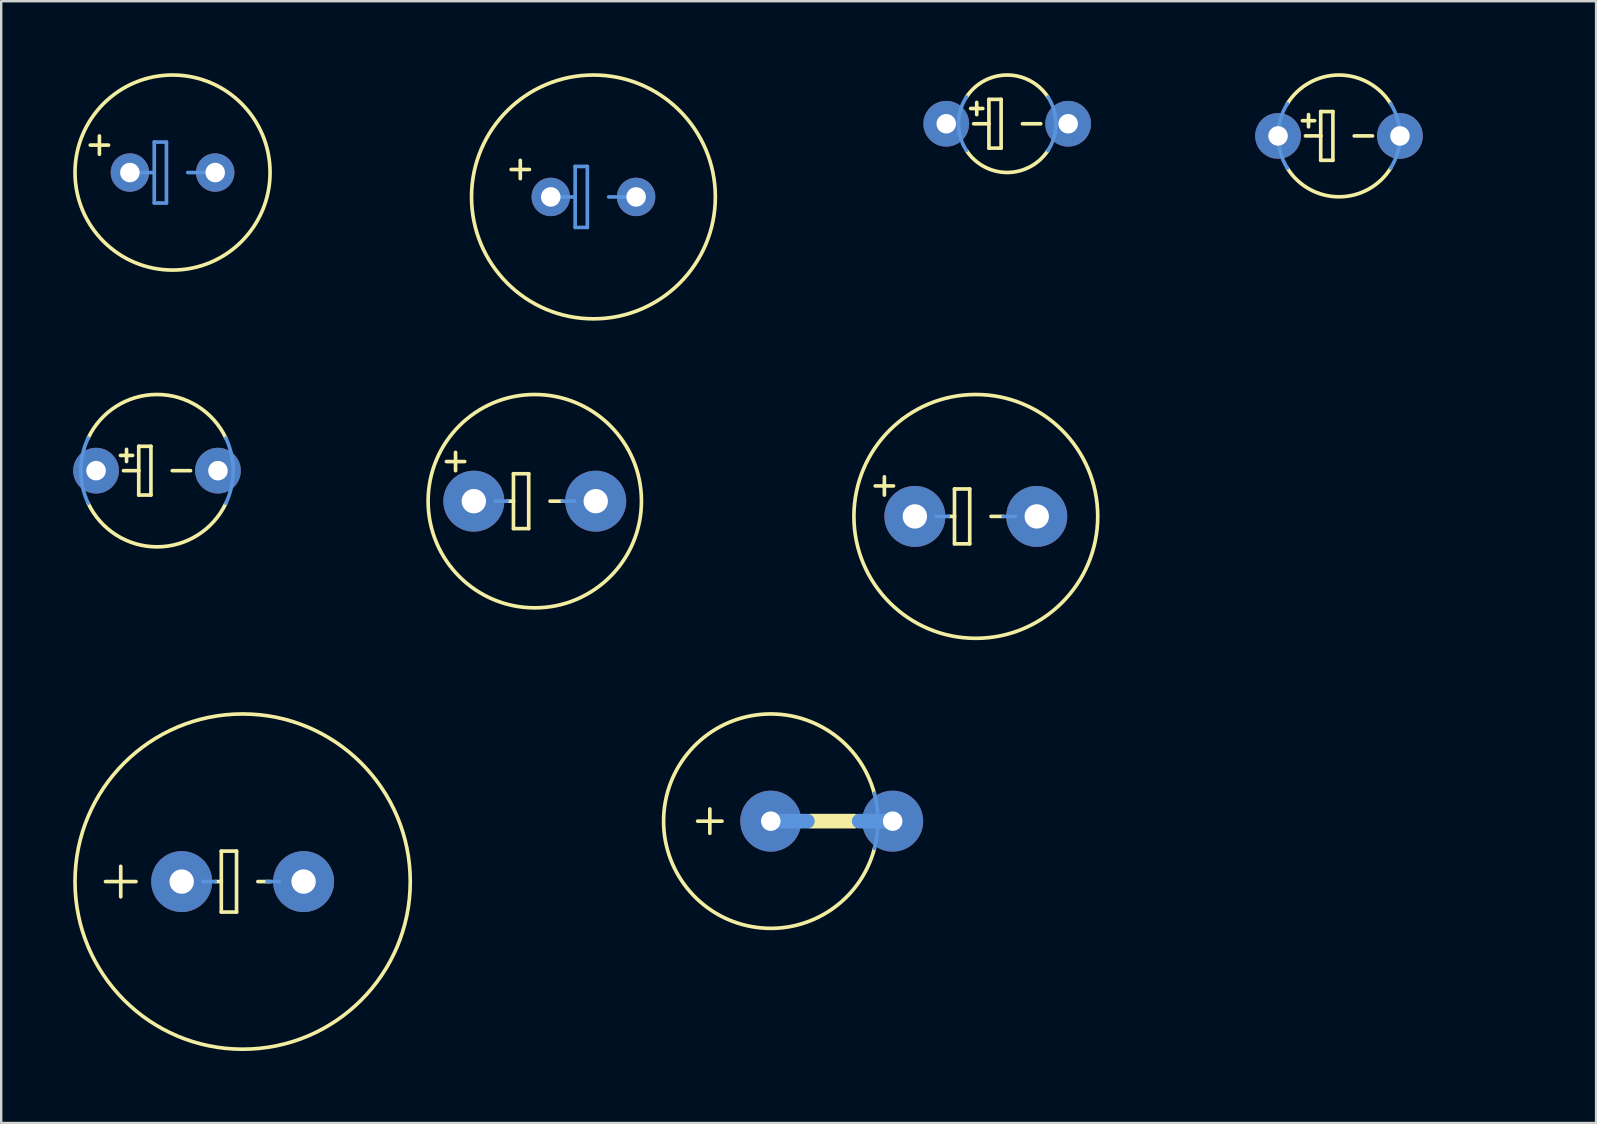
<source format=kicad_pcb>
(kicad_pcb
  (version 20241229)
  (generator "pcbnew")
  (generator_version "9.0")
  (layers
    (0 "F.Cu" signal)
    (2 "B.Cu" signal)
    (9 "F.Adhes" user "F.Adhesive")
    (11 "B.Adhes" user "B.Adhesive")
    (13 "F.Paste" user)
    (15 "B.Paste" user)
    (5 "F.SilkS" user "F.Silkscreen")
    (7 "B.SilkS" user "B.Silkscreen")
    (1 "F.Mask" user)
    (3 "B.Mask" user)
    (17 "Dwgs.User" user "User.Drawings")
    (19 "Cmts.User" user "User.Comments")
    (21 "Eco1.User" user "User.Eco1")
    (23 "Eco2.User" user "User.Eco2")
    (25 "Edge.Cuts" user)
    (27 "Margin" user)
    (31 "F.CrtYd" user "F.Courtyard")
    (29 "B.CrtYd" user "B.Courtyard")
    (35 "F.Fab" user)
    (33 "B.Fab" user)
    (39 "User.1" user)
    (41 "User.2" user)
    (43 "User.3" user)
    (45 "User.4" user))
  (footprint "E5-8,5"
    (layer "F.Cu")
    (at 19.235 17.834)
    (property "Reference" "E5-8,5" (at 6.68 -1.651 0) (layer "Eco1.User") (effects (font (size 1.27 1.27) (thickness 0.127))))
    (attr through_hole)
    (fp_line (start -3.683 -1.651) (end -2.921 -1.651) (stroke (width 0.152) (type solid)) (layer "F.SilkS"))
    (fp_line (start -3.302 -2.032) (end -3.302 -1.27) (stroke (width 0.152) (type solid)) (layer "F.SilkS"))
    (fp_line (start -1.143 0) (end -0.889 0) (stroke (width 0.152) (type solid)) (layer "F.SilkS"))
    (fp_line (start -0.889 -1.143) (end -0.889 0) (stroke (width 0.152) (type solid)) (layer "F.SilkS"))
    (fp_line (start -0.889 0) (end -0.889 1.143) (stroke (width 0.152) (type solid)) (layer "F.SilkS"))
    (fp_line (start -0.889 1.143) (end -0.254 1.143) (stroke (width 0.152) (type solid)) (layer "F.SilkS"))
    (fp_line (start -0.254 -1.143) (end -0.889 -1.143) (stroke (width 0.152) (type solid)) (layer "F.SilkS"))
    (fp_line (start -0.254 1.143) (end -0.254 -1.143) (stroke (width 0.152) (type solid)) (layer "F.SilkS"))
    (fp_line (start 0.635 0) (end 1.143 0) (stroke (width 0.152) (type solid)) (layer "F.SilkS"))
    (fp_circle (center 0 0) (end 4.445 0) (stroke (width 0.152) (type solid)) (fill no) (layer "F.SilkS"))
    (fp_line (start -1.651 0) (end -1.143 0) (stroke (width 0.152) (type solid)) (layer "Cmts.User"))
    (fp_line (start 1.143 0) (end 1.651 0) (stroke (width 0.152) (type solid)) (layer "Cmts.User"))
    (pad "+" thru_hole oval (at -2.54 0) (size 2.54 2.54) (drill 1.016) (layers "*.Cu" "*.Mask"))
    (pad "-" thru_hole oval (at 2.54 0) (size 2.54 2.54) (drill 1.016) (layers "*.Cu" "*.Mask")))
  (footprint "E5R"
    (layer "F.Cu")
    (at 31.609 31.168)
    (property "Reference" "E5R" (at 4.191 -1.829 0) (layer "Eco1.User") (effects (font (size 1.27 1.27) (thickness 0.127))))
    (attr through_hole)
    (fp_line (start -5.588 0) (end -4.572 0) (stroke (width 0.152) (type solid)) (layer "F.SilkS"))
    (fp_line (start -5.08 0.508) (end -5.08 -0.508) (stroke (width 0.152) (type solid)) (layer "F.SilkS"))
    (fp_line (start -0.889 0) (end 0.94 0) (stroke (width 0.61) (type solid)) (layer "F.SilkS"))
    (fp_arc (start 1.778 1.143) (mid -7.006714 -0.005962) (end 1.781036 -1.131468) (stroke (width 0.1524) (type solid)) (layer "F.SilkS"))
    (fp_line (start -2.54 0) (end -1.016 0) (stroke (width 0.61) (type solid)) (layer "Cmts.User"))
    (fp_line (start 2.54 0) (end 1.143 0) (stroke (width 0.61) (type solid)) (layer "Cmts.User"))
    (fp_arc (start 1.77292 -1.16078) (mid 1.926377 -0.012757) (end 1.77948 1.136124) (stroke (width 0.1524) (type solid)) (layer "Cmts.User"))
    (pad "+" thru_hole oval (at -2.54 0) (size 2.54 2.54) (drill 0.813) (layers "*.Cu" "*.Mask"))
    (pad "-" thru_hole oval (at 2.54 0) (size 2.54 2.54) (drill 0.813) (layers "*.Cu" "*.Mask")))
  (footprint "E3,5-8"
    (layer "F.Cu")
    (at 4.14 4.14)
    (property "Reference" "E3,5-8" (at 5.842 -2.159 0) (layer "Eco1.User") (effects (font (size 1.27 1.27) (thickness 0.127))))
    (attr through_hole)
    (fp_line (start -3.429 -1.143) (end -2.667 -1.143) (stroke (width 0.152) (type solid)) (layer "F.SilkS"))
    (fp_line (start -3.048 -0.762) (end -3.048 -1.524) (stroke (width 0.152) (type solid)) (layer "F.SilkS"))
    (fp_circle (center 0 0) (end 4.064 0) (stroke (width 0.152) (type solid)) (fill no) (layer "F.SilkS"))
    (fp_line (start -1.651 0) (end -0.762 0) (stroke (width 0.152) (type solid)) (layer "Cmts.User"))
    (fp_line (start -0.762 -1.27) (end -0.762 0) (stroke (width 0.152) (type solid)) (layer "Cmts.User"))
    (fp_line (start -0.762 0) (end -0.762 1.27) (stroke (width 0.152) (type solid)) (layer "Cmts.User"))
    (fp_line (start -0.762 1.27) (end -0.254 1.27) (stroke (width 0.152) (type solid)) (layer "Cmts.User"))
    (fp_line (start -0.254 -1.27) (end -0.762 -1.27) (stroke (width 0.152) (type solid)) (layer "Cmts.User"))
    (fp_line (start -0.254 1.27) (end -0.254 -1.27) (stroke (width 0.152) (type solid)) (layer "Cmts.User"))
    (fp_line (start 0.635 0) (end 1.651 0) (stroke (width 0.152) (type solid)) (layer "Cmts.User"))
    (pad "+" thru_hole oval (at -1.778 0) (size 1.6 1.6) (drill 0.813) (layers "*.Cu" "*.Mask"))
    (pad "-" thru_hole oval (at 1.778 0) (size 1.6 1.6) (drill 0.813) (layers "*.Cu" "*.Mask")))
  (footprint "E5-4"
    (layer "F.Cu")
    (at 38.921 2.107)
    (property "Reference" "E5-4" (at 4.699 -0.635 0) (layer "Eco1.User") (effects (font (size 1.27 1.27) (thickness 0.127))))
    (attr through_hole)
    (fp_line (start -1.524 -0.635) (end -1.016 -0.635) (stroke (width 0.152) (type solid)) (layer "F.SilkS"))
    (fp_line (start -1.397 0) (end -0.762 0) (stroke (width 0.152) (type solid)) (layer "F.SilkS"))
    (fp_line (start -1.27 -0.381) (end -1.27 -0.889) (stroke (width 0.152) (type solid)) (layer "F.SilkS"))
    (fp_line (start -0.762 -1.016) (end -0.762 0) (stroke (width 0.152) (type solid)) (layer "F.SilkS"))
    (fp_line (start -0.762 0) (end -0.762 1.016) (stroke (width 0.152) (type solid)) (layer "F.SilkS"))
    (fp_line (start -0.762 1.016) (end -0.254 1.016) (stroke (width 0.152) (type solid)) (layer "F.SilkS"))
    (fp_line (start -0.254 -1.016) (end -0.762 -1.016) (stroke (width 0.152) (type solid)) (layer "F.SilkS"))
    (fp_line (start -0.254 1.016) (end -0.254 -1.016) (stroke (width 0.152) (type solid)) (layer "F.SilkS"))
    (fp_line (start 0.635 0) (end 1.397 0) (stroke (width 0.152) (type solid)) (layer "F.SilkS"))
    (fp_arc (start -1.69672 -1.11506) (mid 0.000437 -2.030324) (end 1.6972 -1.114329) (stroke (width 0.1524) (type solid)) (layer "F.SilkS"))
    (fp_arc (start 1.6972 1.114329) (mid 0.000437 2.030324) (end -1.69672 1.11506) (stroke (width 0.1524) (type solid)) (layer "F.SilkS"))
    (fp_arc (start -1.699143 1.111365) (mid -2.030324 -0.002209) (end -1.69672 -1.11506) (stroke (width 0.1524) (type solid)) (layer "Cmts.User"))
    (fp_arc (start 1.699143 -1.111365) (mid 2.030324 0.002209) (end 1.69672 1.11506) (stroke (width 0.1524) (type solid)) (layer "Cmts.User"))
    (pad "+" thru_hole oval (at -2.54 0) (size 1.905 1.905) (drill 0.813) (layers "*.Cu" "*.Mask"))
    (pad "-" thru_hole oval (at 2.54 0) (size 1.905 1.905) (drill 0.813) (layers "*.Cu" "*.Mask")))
  (footprint "E5-10,5"
    (layer "F.Cu")
    (at 37.613 18.469)
    (property "Reference" "E5-10,5" (at 7.239 -2.108 0) (layer "Eco1.User") (effects (font (size 1.27 1.27) (thickness 0.127))))
    (attr through_hole)
    (fp_line (start -3.81 -1.651) (end -3.81 -0.889) (stroke (width 0.152) (type solid)) (layer "F.SilkS"))
    (fp_line (start -3.429 -1.27) (end -4.191 -1.27) (stroke (width 0.152) (type solid)) (layer "F.SilkS"))
    (fp_line (start -1.143 0) (end -0.889 0) (stroke (width 0.152) (type solid)) (layer "F.SilkS"))
    (fp_line (start -0.889 -1.143) (end -0.889 0) (stroke (width 0.152) (type solid)) (layer "F.SilkS"))
    (fp_line (start -0.889 0) (end -0.889 1.143) (stroke (width 0.152) (type solid)) (layer "F.SilkS"))
    (fp_line (start -0.889 1.143) (end -0.254 1.143) (stroke (width 0.152) (type solid)) (layer "F.SilkS"))
    (fp_line (start -0.254 -1.143) (end -0.889 -1.143) (stroke (width 0.152) (type solid)) (layer "F.SilkS"))
    (fp_line (start -0.254 1.143) (end -0.254 -1.143) (stroke (width 0.152) (type solid)) (layer "F.SilkS"))
    (fp_line (start 0.635 0) (end 1.143 0) (stroke (width 0.152) (type solid)) (layer "F.SilkS"))
    (fp_circle (center 0 0) (end 5.08 0) (stroke (width 0.152) (type solid)) (fill no) (layer "F.SilkS"))
    (fp_line (start -1.651 0) (end -1.143 0) (stroke (width 0.152) (type solid)) (layer "Cmts.User"))
    (fp_line (start 1.143 0) (end 1.651 0) (stroke (width 0.152) (type solid)) (layer "Cmts.User"))
    (pad "+" thru_hole oval (at -2.54 0) (size 2.54 2.54) (drill 1.016) (layers "*.Cu" "*.Mask"))
    (pad "-" thru_hole oval (at 2.54 0) (size 2.54 2.54) (drill 1.016) (layers "*.Cu" "*.Mask")))
  (footprint "E5-6"
    (layer "F.Cu")
    (at 3.493 16.563)
    (property "Reference" "E5-6" (at 5.588 -1.143 0) (layer "Eco1.User") (effects (font (size 1.27 1.27) (thickness 0.127))))
    (attr through_hole)
    (fp_line (start -1.524 -0.635) (end -1.016 -0.635) (stroke (width 0.152) (type solid)) (layer "F.SilkS"))
    (fp_line (start -1.397 0) (end -0.762 0) (stroke (width 0.152) (type solid)) (layer "F.SilkS"))
    (fp_line (start -1.27 -0.381) (end -1.27 -0.889) (stroke (width 0.152) (type solid)) (layer "F.SilkS"))
    (fp_line (start -0.762 -1.016) (end -0.762 0) (stroke (width 0.152) (type solid)) (layer "F.SilkS"))
    (fp_line (start -0.762 0) (end -0.762 1.016) (stroke (width 0.152) (type solid)) (layer "F.SilkS"))
    (fp_line (start -0.762 1.016) (end -0.254 1.016) (stroke (width 0.152) (type solid)) (layer "F.SilkS"))
    (fp_line (start -0.254 -1.016) (end -0.762 -1.016) (stroke (width 0.152) (type solid)) (layer "F.SilkS"))
    (fp_line (start -0.254 1.016) (end -0.254 -1.016) (stroke (width 0.152) (type solid)) (layer "F.SilkS"))
    (fp_line (start 0.635 0) (end 1.397 0) (stroke (width 0.152) (type solid)) (layer "F.SilkS"))
    (fp_arc (start -2.8702 -1.35636) (mid -0.003112 -3.174547) (end 2.867536 -1.361984) (stroke (width 0.1524) (type solid)) (layer "F.SilkS"))
    (fp_arc (start 2.867536 1.361984) (mid -0.003112 3.174548) (end -2.8702 1.35636) (stroke (width 0.1524) (type solid)) (layer "F.SilkS"))
    (fp_arc (start -2.869908 1.356977) (mid -3.174549 0.000341) (end -2.8702 -1.35636) (stroke (width 0.1524) (type solid)) (layer "Cmts.User"))
    (fp_arc (start 2.869908 -1.356977) (mid 3.174549 -0.000341) (end 2.8702 1.35636) (stroke (width 0.1524) (type solid)) (layer "Cmts.User"))
    (pad "+" thru_hole oval (at -2.54 0) (size 1.905 1.905) (drill 0.813) (layers "*.Cu" "*.Mask"))
    (pad "-" thru_hole oval (at 2.54 0) (size 1.905 1.905) (drill 0.813) (layers "*.Cu" "*.Mask")))
  (footprint "E3,5-10"
    (layer "F.Cu")
    (at 21.679 5.156)
    (property "Reference" "E3,5-10" (at 6.604 -2.794 0) (layer "Eco1.User") (effects (font (size 1.27 1.27) (thickness 0.127))))
    (attr through_hole)
    (fp_line (start -3.429 -1.143) (end -2.667 -1.143) (stroke (width 0.152) (type solid)) (layer "F.SilkS"))
    (fp_line (start -3.048 -0.762) (end -3.048 -1.524) (stroke (width 0.152) (type solid)) (layer "F.SilkS"))
    (fp_circle (center 0 0) (end 5.08 0) (stroke (width 0.152) (type solid)) (fill no) (layer "F.SilkS"))
    (fp_line (start -1.651 0) (end -0.762 0) (stroke (width 0.152) (type solid)) (layer "Cmts.User"))
    (fp_line (start -0.762 -1.27) (end -0.762 0) (stroke (width 0.152) (type solid)) (layer "Cmts.User"))
    (fp_line (start -0.762 0) (end -0.762 1.27) (stroke (width 0.152) (type solid)) (layer "Cmts.User"))
    (fp_line (start -0.762 1.27) (end -0.254 1.27) (stroke (width 0.152) (type solid)) (layer "Cmts.User"))
    (fp_line (start -0.254 -1.27) (end -0.762 -1.27) (stroke (width 0.152) (type solid)) (layer "Cmts.User"))
    (fp_line (start -0.254 1.27) (end -0.254 -1.27) (stroke (width 0.152) (type solid)) (layer "Cmts.User"))
    (fp_line (start 0.635 0) (end 1.651 0) (stroke (width 0.152) (type solid)) (layer "Cmts.User"))
    (pad "+" thru_hole oval (at -1.778 0) (size 1.6 1.6) (drill 0.813) (layers "*.Cu" "*.Mask"))
    (pad "-" thru_hole oval (at 1.778 0) (size 1.6 1.6) (drill 0.813) (layers "*.Cu" "*.Mask")))
  (footprint "E5-5"
    (layer "F.Cu")
    (at 52.747 2.614)
    (property "Reference" "E5-5" (at 5.08 -0.635 0) (layer "Eco1.User") (effects (font (size 1.27 1.27) (thickness 0.127))))
    (attr through_hole)
    (fp_line (start -1.524 -0.635) (end -1.016 -0.635) (stroke (width 0.152) (type solid)) (layer "F.SilkS"))
    (fp_line (start -1.397 0) (end -0.762 0) (stroke (width 0.152) (type solid)) (layer "F.SilkS"))
    (fp_line (start -1.27 -0.381) (end -1.27 -0.889) (stroke (width 0.152) (type solid)) (layer "F.SilkS"))
    (fp_line (start -0.762 -1.016) (end -0.762 0) (stroke (width 0.152) (type solid)) (layer "F.SilkS"))
    (fp_line (start -0.762 0) (end -0.762 1.016) (stroke (width 0.152) (type solid)) (layer "F.SilkS"))
    (fp_line (start -0.762 1.016) (end -0.254 1.016) (stroke (width 0.152) (type solid)) (layer "F.SilkS"))
    (fp_line (start -0.254 -1.016) (end -0.762 -1.016) (stroke (width 0.152) (type solid)) (layer "F.SilkS"))
    (fp_line (start -0.254 1.016) (end -0.254 -1.016) (stroke (width 0.152) (type solid)) (layer "F.SilkS"))
    (fp_line (start 0.635 0) (end 1.397 0) (stroke (width 0.152) (type solid)) (layer "F.SilkS"))
    (fp_arc (start -2.15392 -1.34112) (mid -0.001855 -2.537316) (end 2.151957 -1.344268) (stroke (width 0.1524) (type solid)) (layer "F.SilkS"))
    (fp_arc (start 2.151957 1.344268) (mid -0.001855 2.537316) (end -2.15392 1.34112) (stroke (width 0.1524) (type solid)) (layer "F.SilkS"))
    (fp_arc (start -2.154299 1.34051) (mid -2.537316 -0.000359) (end -2.15392 -1.34112) (stroke (width 0.1524) (type solid)) (layer "Cmts.User"))
    (fp_arc (start 2.154299 -1.34051) (mid 2.537316 0.000359) (end 2.15392 1.34112) (stroke (width 0.1524) (type solid)) (layer "Cmts.User"))
    (pad "+" thru_hole oval (at -2.54 0) (size 1.905 1.905) (drill 0.813) (layers "*.Cu" "*.Mask"))
    (pad "-" thru_hole oval (at 2.54 0) (size 1.905 1.905) (drill 0.813) (layers "*.Cu" "*.Mask")))
  (footprint "E5-13"
    (layer "F.Cu")
    (at 7.061 33.686)
    (property "Reference" "E5-13" (at 9.931 -3.226 0) (layer "Eco1.User") (effects (font (size 1.778 1.778) (thickness 0.178))))
    (attr through_hole)
    (fp_line (start -5.715 0) (end -4.445 0) (stroke (width 0.152) (type solid)) (layer "F.SilkS"))
    (fp_line (start -5.08 0.635) (end -5.08 -0.635) (stroke (width 0.152) (type solid)) (layer "F.SilkS"))
    (fp_line (start -1.143 0) (end -0.889 0) (stroke (width 0.152) (type solid)) (layer "F.SilkS"))
    (fp_line (start -0.889 -1.27) (end -0.889 0) (stroke (width 0.152) (type solid)) (layer "F.SilkS"))
    (fp_line (start -0.889 0) (end -0.889 1.27) (stroke (width 0.152) (type solid)) (layer "F.SilkS"))
    (fp_line (start -0.889 1.27) (end -0.254 1.27) (stroke (width 0.152) (type solid)) (layer "F.SilkS"))
    (fp_line (start -0.254 -1.27) (end -0.889 -1.27) (stroke (width 0.152) (type solid)) (layer "F.SilkS"))
    (fp_line (start -0.254 1.27) (end -0.254 -1.27) (stroke (width 0.152) (type solid)) (layer "F.SilkS"))
    (fp_line (start 0.635 0) (end 1.143 0) (stroke (width 0.152) (type solid)) (layer "F.SilkS"))
    (fp_circle (center 0 0) (end 6.985 0) (stroke (width 0.152) (type solid)) (fill no) (layer "F.SilkS"))
    (fp_line (start -1.651 0) (end -1.143 0) (stroke (width 0.152) (type solid)) (layer "Cmts.User"))
    (fp_line (start 1.016 0) (end 1.524 0) (stroke (width 0.152) (type solid)) (layer "Cmts.User"))
    (pad "+" thru_hole oval (at -2.54 0) (size 2.54 2.54) (drill 1.016) (layers "*.Cu" "*.Mask"))
    (pad "-" thru_hole oval (at 2.54 0) (size 2.54 2.54) (drill 1.016) (layers "*.Cu" "*.Mask")))
  (gr_rect
    (start -3 -3)
    (end 63.46 43.747)
    (stroke (width 0.1) (type default))
    (fill no)
    (layer "Edge.Cuts")))
</source>
